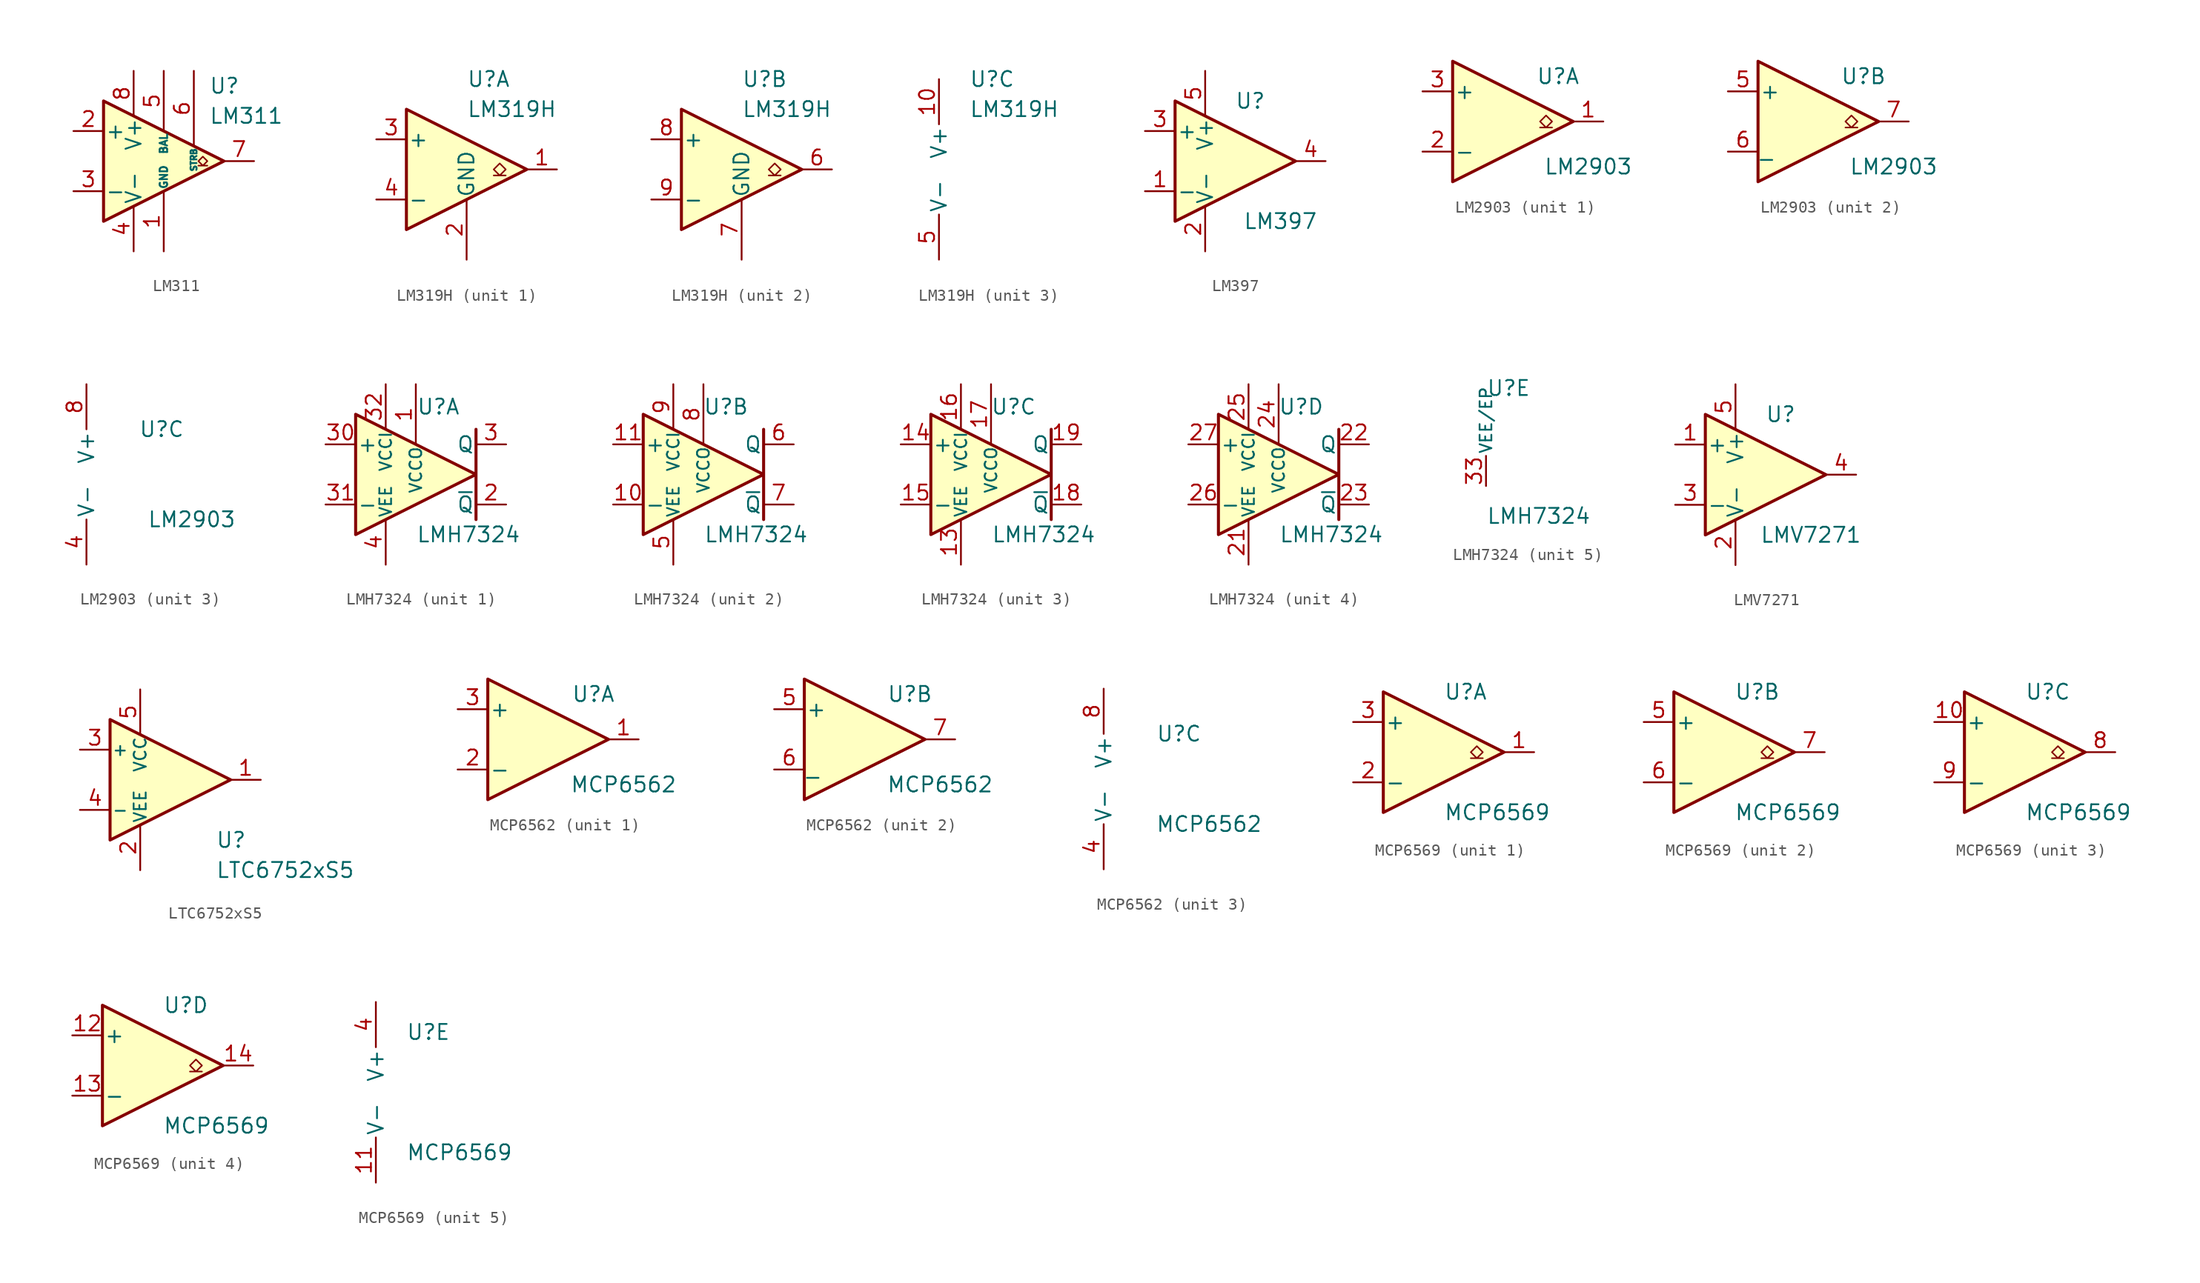
<source format=kicad_sym>
(kicad_symbol_lib
  (version 20201005)
  (generator kicad_symbol_editor)
  (symbol "LM311"
    (pin_names
      (offset 0.127))
    (property "Reference" "U"
      (at 3.81 6.35 0)
      (effects (font (size 1.27 1.27)) (justify left)))
    (property "Value" "LM311"
      (at 3.81 3.81 0)
      (effects (font (size 1.27 1.27)) (justify left)))
    (symbol "LM311_0_1"
      (polyline (pts (xy 3.683 -0.381) (xy 3.302 -0.381) (xy 3.683 0) (xy 3.302 0.381) (xy 2.921 0) (xy 3.302 -0.381) (xy 2.921 -0.381)) (stroke (width 0.127)) (fill (type none)))
      (polyline (pts (xy 5.08 0) (xy -5.08 5.08) (xy -5.08 -5.08) (xy 5.08 0)) (stroke (width 0.254)) (fill (type background))))
    (symbol "LM311_1_1"
      (pin passive line (at 0 -7.62 90) (length 5.08) (name "GND" (effects (font (size 0.635 0.635)))) (number "1" (effects (font (size 1.27 1.27)))))
      (pin input line (at -7.62 2.54 0) (length 2.54) (name "+" (effects (font (size 1.27 1.27)))) (number "2" (effects (font (size 1.27 1.27)))))
      (pin input line (at -7.62 -2.54 0) (length 2.54) (name "-" (effects (font (size 1.27 1.27)))) (number "3" (effects (font (size 1.27 1.27)))))
      (pin power_in line (at -2.54 -7.62 90) (length 3.81) (name "V-" (effects (font (size 1.27 1.27)))) (number "4" (effects (font (size 1.27 1.27)))))
      (pin input line (at 0 7.62 270) (length 5.08) (name "BAL" (effects (font (size 0.635 0.635)))) (number "5" (effects (font (size 1.27 1.27)))))
      (pin input line (at 2.54 7.62 270) (length 6.35) (name "STRB" (effects (font (size 0.508 0.508)))) (number "6" (effects (font (size 1.27 1.27)))))
      (pin open_collector line (at 7.62 0 180) (length 2.54) (name "~" (effects (font (size 1.27 1.27)))) (number "7" (effects (font (size 1.27 1.27)))))
      (pin power_in line (at -2.54 7.62 270) (length 3.81) (name "V+" (effects (font (size 1.27 1.27)))) (number "8" (effects (font (size 1.27 1.27)))))))
  (symbol "LM319H"
    (pin_names
      (offset 0.127))
    (property "Reference" "U"
      (at 0 7.62 0)
      (effects (font (size 1.27 1.27)) (justify left)))
    (property "Value" "LM319H"
      (at 0 5.08 0)
      (effects (font (size 1.27 1.27)) (justify left)))
    (property "ki_locked" ""
      (at 0 0 0)
      (effects (font (size 1.27 1.27))))
    (symbol "LM319H_1_1"
      (polyline (pts (xy 3.302 -0.508) (xy 2.794 -0.508) (xy 3.302 0) (xy 2.794 0.508) (xy 2.286 0) (xy 2.794 -0.508) (xy 2.286 -0.508)) (stroke (width 0.127)) (fill (type none)))
      (polyline (pts (xy 5.08 0) (xy -5.08 5.08) (xy -5.08 -5.08) (xy 5.08 0)) (stroke (width 0.254)) (fill (type background)))
      (pin open_collector line (at 7.62 0 180) (length 2.54) (name "~" (effects (font (size 1.27 1.27)))) (number "1" (effects (font (size 1.27 1.27)))))
      (pin passive line (at 0 -7.62 90) (length 5.08) (name "GND" (effects (font (size 1.27 1.27)))) (number "2" (effects (font (size 1.27 1.27)))))
      (pin input line (at -7.62 2.54 0) (length 2.54) (name "+" (effects (font (size 1.27 1.27)))) (number "3" (effects (font (size 1.27 1.27)))))
      (pin input line (at -7.62 -2.54 0) (length 2.54) (name "-" (effects (font (size 1.27 1.27)))) (number "4" (effects (font (size 1.27 1.27))))))
    (symbol "LM319H_2_1"
      (polyline (pts (xy 3.302 -0.508) (xy 2.794 -0.508) (xy 3.302 0) (xy 2.794 0.508) (xy 2.286 0) (xy 2.794 -0.508) (xy 2.286 -0.508)) (stroke (width 0.127)) (fill (type none)))
      (polyline (pts (xy 5.08 0) (xy -5.08 5.08) (xy -5.08 -5.08) (xy 5.08 0)) (stroke (width 0.254)) (fill (type background)))
      (pin open_collector line (at 7.62 0 180) (length 2.54) (name "~" (effects (font (size 1.27 1.27)))) (number "6" (effects (font (size 1.27 1.27)))))
      (pin passive line (at 0 -7.62 90) (length 5.08) (name "GND" (effects (font (size 1.27 1.27)))) (number "7" (effects (font (size 1.27 1.27)))))
      (pin input line (at -7.62 2.54 0) (length 2.54) (name "+" (effects (font (size 1.27 1.27)))) (number "8" (effects (font (size 1.27 1.27)))))
      (pin input line (at -7.62 -2.54 0) (length 2.54) (name "-" (effects (font (size 1.27 1.27)))) (number "9" (effects (font (size 1.27 1.27))))))
    (symbol "LM319H_3_1"
      (pin power_in line (at -2.54 7.62 270) (length 3.81) (name "V+" (effects (font (size 1.27 1.27)))) (number "10" (effects (font (size 1.27 1.27)))))
      (pin power_in line (at -2.54 -7.62 90) (length 3.81) (name "V-" (effects (font (size 1.27 1.27)))) (number "5" (effects (font (size 1.27 1.27)))))))
  (symbol "LM397"
    (pin_names
      (offset 0.127))
    (property "Reference" "U"
      (at 1.27 5.08 0)
      (effects (font (size 1.27 1.27))))
    (property "Value" "LM397"
      (at 3.81 -5.08 0)
      (effects (font (size 1.27 1.27))))
    (symbol "LM397_0_1"
      (polyline (pts (xy -5.08 5.08) (xy 5.08 0) (xy -5.08 -5.08) (xy -5.08 5.08)) (stroke (width 0.254)) (fill (type background))))
    (symbol "LM397_1_1"
      (pin input line (at -7.62 -2.54 0) (length 2.54) (name "-" (effects (font (size 1.27 1.27)))) (number "1" (effects (font (size 1.27 1.27)))))
      (pin power_in line (at -2.54 -7.62 90) (length 3.81) (name "V-" (effects (font (size 1.27 1.27)))) (number "2" (effects (font (size 1.27 1.27)))))
      (pin input line (at -7.62 2.54 0) (length 2.54) (name "+" (effects (font (size 1.27 1.27)))) (number "3" (effects (font (size 1.27 1.27)))))
      (pin open_collector line (at 7.62 0 180) (length 2.54) (name "~" (effects (font (size 1.27 1.27)))) (number "4" (effects (font (size 1.27 1.27)))))
      (pin power_in line (at -2.54 7.62 270) (length 3.81) (name "V+" (effects (font (size 1.27 1.27)))) (number "5" (effects (font (size 1.27 1.27)))))))
  (symbol "LM2903"
    (pin_names
      (offset 0.127))
    (property "Reference" "U"
      (at 3.81 3.81 0)
      (effects (font (size 1.27 1.27))))
    (property "Value" "LM2903"
      (at 6.35 -3.81 0)
      (effects (font (size 1.27 1.27))))
    (property "ki_locked" ""
      (at 0 0 0)
      (effects (font (size 1.27 1.27))))
    (symbol "LM2903_1_1"
      (polyline (pts (xy 3.302 -0.508) (xy 2.794 -0.508) (xy 3.302 0) (xy 2.794 0.508) (xy 2.286 0) (xy 2.794 -0.508) (xy 2.286 -0.508)) (stroke (width 0.127)) (fill (type none)))
      (polyline (pts (xy -5.08 5.08) (xy 5.08 0) (xy -5.08 -5.08) (xy -5.08 5.08)) (stroke (width 0.254)) (fill (type background)))
      (pin open_collector line (at 7.62 0 180) (length 2.54) (name "~" (effects (font (size 1.27 1.27)))) (number "1" (effects (font (size 1.27 1.27)))))
      (pin input line (at -7.62 -2.54 0) (length 2.54) (name "-" (effects (font (size 1.27 1.27)))) (number "2" (effects (font (size 1.27 1.27)))))
      (pin input line (at -7.62 2.54 0) (length 2.54) (name "+" (effects (font (size 1.27 1.27)))) (number "3" (effects (font (size 1.27 1.27))))))
    (symbol "LM2903_2_1"
      (polyline (pts (xy 3.302 -0.508) (xy 2.794 -0.508) (xy 3.302 0) (xy 2.794 0.508) (xy 2.286 0) (xy 2.794 -0.508) (xy 2.286 -0.508)) (stroke (width 0.127)) (fill (type none)))
      (polyline (pts (xy -5.08 5.08) (xy 5.08 0) (xy -5.08 -5.08) (xy -5.08 5.08)) (stroke (width 0.254)) (fill (type background)))
      (pin input line (at -7.62 2.54 0) (length 2.54) (name "+" (effects (font (size 1.27 1.27)))) (number "5" (effects (font (size 1.27 1.27)))))
      (pin input line (at -7.62 -2.54 0) (length 2.54) (name "_" (effects (font (size 1.27 1.27)))) (number "6" (effects (font (size 1.27 1.27)))))
      (pin open_collector line (at 7.62 0 180) (length 2.54) (name "~" (effects (font (size 1.27 1.27)))) (number "7" (effects (font (size 1.27 1.27))))))
    (symbol "LM2903_3_1"
      (pin power_in line (at -2.54 -7.62 90) (length 3.81) (name "V-" (effects (font (size 1.27 1.27)))) (number "4" (effects (font (size 1.27 1.27)))))
      (pin power_in line (at -2.54 7.62 270) (length 3.81) (name "V+" (effects (font (size 1.27 1.27)))) (number "8" (effects (font (size 1.27 1.27)))))))
  (symbol "LMH7324"
    (pin_names
      (offset 0.127))
    (property "Reference" "U"
      (at 1.905 5.715 0)
      (effects (font (size 1.27 1.27))))
    (property "Value" "LMH7324"
      (at 4.445 -5.08 0)
      (effects (font (size 1.27 1.27))))
    (property "ki_locked" ""
      (at 0 0 0)
      (effects (font (size 1.27 1.27))))
    (symbol "LMH7324_1_1"
      (polyline (pts (xy 5.08 3.81) (xy 5.08 0) (xy -5.08 5.08) (xy -5.08 -5.08) (xy 5.08 0) (xy 5.08 -3.81)) (stroke (width 0.254)) (fill (type background)))
      (pin power_in line (at 0 7.62 270) (length 5.08) (name "VCCO" (effects (font (size 0.991 0.991)))) (number "1" (effects (font (size 1.27 1.27)))))
      (pin output line (at 7.62 -2.54 180) (length 2.54) (name "~Q" (effects (font (size 1.27 1.27)))) (number "2" (effects (font (size 1.27 1.27)))))
      (pin passive line (at -2.54 -7.62 90) (length 3.81) hide (name "VEE" (effects (font (size 0.991 0.991)))) (number "29" (effects (font (size 1.27 1.27)))))
      (pin output line (at 7.62 2.54 180) (length 2.54) (name "Q" (effects (font (size 1.27 1.27)))) (number "3" (effects (font (size 1.27 1.27)))))
      (pin input line (at -7.62 2.54 0) (length 2.54) (name "+" (effects (font (size 1.27 1.27)))) (number "30" (effects (font (size 1.27 1.27)))))
      (pin input line (at -7.62 -2.54 0) (length 2.54) (name "-" (effects (font (size 1.27 1.27)))) (number "31" (effects (font (size 1.27 1.27)))))
      (pin power_in line (at -2.54 7.62 270) (length 3.81) (name "VCCI" (effects (font (size 0.991 0.991)))) (number "32" (effects (font (size 1.27 1.27)))))
      (pin power_in line (at -2.54 -7.62 90) (length 3.81) (name "VEE" (effects (font (size 0.991 0.991)))) (number "4" (effects (font (size 1.27 1.27))))))
    (symbol "LMH7324_2_1"
      (polyline (pts (xy 5.08 3.81) (xy 5.08 0) (xy -5.08 5.08) (xy -5.08 -5.08) (xy 5.08 0) (xy 5.08 -3.81)) (stroke (width 0.254)) (fill (type background)))
      (pin input line (at -7.62 -2.54 0) (length 2.54) (name "-" (effects (font (size 1.27 1.27)))) (number "10" (effects (font (size 1.27 1.27)))))
      (pin input line (at -7.62 2.54 0) (length 2.54) (name "+" (effects (font (size 1.27 1.27)))) (number "11" (effects (font (size 1.27 1.27)))))
      (pin passive line (at -2.54 -7.62 90) (length 3.81) hide (name "VEE" (effects (font (size 0.991 0.991)))) (number "12" (effects (font (size 1.27 1.27)))))
      (pin power_in line (at -2.54 -7.62 90) (length 3.81) (name "VEE" (effects (font (size 0.991 0.991)))) (number "5" (effects (font (size 1.27 1.27)))))
      (pin output line (at 7.62 2.54 180) (length 2.54) (name "Q" (effects (font (size 1.27 1.27)))) (number "6" (effects (font (size 1.27 1.27)))))
      (pin output line (at 7.62 -2.54 180) (length 2.54) (name "~Q" (effects (font (size 1.27 1.27)))) (number "7" (effects (font (size 1.27 1.27)))))
      (pin power_in line (at 0 7.62 270) (length 5.08) (name "VCCO" (effects (font (size 0.991 0.991)))) (number "8" (effects (font (size 1.27 1.27)))))
      (pin power_in line (at -2.54 7.62 270) (length 3.81) (name "VCCI" (effects (font (size 0.991 0.991)))) (number "9" (effects (font (size 1.27 1.27))))))
    (symbol "LMH7324_3_1"
      (polyline (pts (xy 5.08 3.81) (xy 5.08 0) (xy -5.08 5.08) (xy -5.08 -5.08) (xy 5.08 0) (xy 5.08 -3.81)) (stroke (width 0.254)) (fill (type background)))
      (pin power_in line (at -2.54 -7.62 90) (length 3.81) (name "VEE" (effects (font (size 0.991 0.991)))) (number "13" (effects (font (size 1.27 1.27)))))
      (pin input line (at -7.62 2.54 0) (length 2.54) (name "+" (effects (font (size 1.27 1.27)))) (number "14" (effects (font (size 1.27 1.27)))))
      (pin input line (at -7.62 -2.54 0) (length 2.54) (name "-" (effects (font (size 1.27 1.27)))) (number "15" (effects (font (size 1.27 1.27)))))
      (pin power_in line (at -2.54 7.62 270) (length 3.81) (name "VCCI" (effects (font (size 0.991 0.991)))) (number "16" (effects (font (size 1.27 1.27)))))
      (pin power_in line (at 0 7.62 270) (length 5.08) (name "VCCO" (effects (font (size 0.991 0.991)))) (number "17" (effects (font (size 1.27 1.27)))))
      (pin output line (at 7.62 -2.54 180) (length 2.54) (name "~Q" (effects (font (size 1.27 1.27)))) (number "18" (effects (font (size 1.27 1.27)))))
      (pin output line (at 7.62 2.54 180) (length 2.54) (name "Q" (effects (font (size 1.27 1.27)))) (number "19" (effects (font (size 1.27 1.27)))))
      (pin passive line (at -2.54 -7.62 90) (length 3.81) hide (name "VEE" (effects (font (size 0.991 0.991)))) (number "20" (effects (font (size 1.27 1.27))))))
    (symbol "LMH7324_4_1"
      (polyline (pts (xy 5.08 3.81) (xy 5.08 0) (xy -5.08 5.08) (xy -5.08 -5.08) (xy 5.08 0) (xy 5.08 -3.81)) (stroke (width 0.254)) (fill (type background)))
      (pin power_in line (at -2.54 -7.62 90) (length 3.81) (name "VEE" (effects (font (size 0.991 0.991)))) (number "21" (effects (font (size 1.27 1.27)))))
      (pin output line (at 7.62 2.54 180) (length 2.54) (name "Q" (effects (font (size 1.27 1.27)))) (number "22" (effects (font (size 1.27 1.27)))))
      (pin output line (at 7.62 -2.54 180) (length 2.54) (name "~Q" (effects (font (size 1.27 1.27)))) (number "23" (effects (font (size 1.27 1.27)))))
      (pin power_in line (at 0 7.62 270) (length 5.08) (name "VCCO" (effects (font (size 0.991 0.991)))) (number "24" (effects (font (size 1.27 1.27)))))
      (pin power_in line (at -2.54 7.62 270) (length 3.81) (name "VCCI" (effects (font (size 0.991 0.991)))) (number "25" (effects (font (size 1.27 1.27)))))
      (pin input line (at -7.62 -2.54 0) (length 2.54) (name "-" (effects (font (size 1.27 1.27)))) (number "26" (effects (font (size 1.27 1.27)))))
      (pin input line (at -7.62 2.54 0) (length 2.54) (name "+" (effects (font (size 1.27 1.27)))) (number "27" (effects (font (size 1.27 1.27)))))
      (pin passive line (at -2.54 -7.62 90) (length 3.81) hide (name "VEE" (effects (font (size 0.991 0.991)))) (number "28" (effects (font (size 1.27 1.27))))))
    (symbol "LMH7324_5_1"
      (pin power_in line (at 0 -2.54 90) (length 2.54) (name "VEE/EP" (effects (font (size 0.991 0.991)))) (number "33" (effects (font (size 1.27 1.27)))))))
  (symbol "LMV7271"
    (pin_names
      (offset 0.127))
    (property "Reference" "U"
      (at 1.27 5.08 0)
      (effects (font (size 1.27 1.27))))
    (property "Value" "LMV7271"
      (at 3.81 -5.08 0)
      (effects (font (size 1.27 1.27))))
    (symbol "LMV7271_0_1"
      (polyline (pts (xy -5.08 5.08) (xy 5.08 0) (xy -5.08 -5.08) (xy -5.08 5.08)) (stroke (width 0.254)) (fill (type background))))
    (symbol "LMV7271_1_1"
      (pin input line (at -7.62 2.54 0) (length 2.54) (name "+" (effects (font (size 1.27 1.27)))) (number "1" (effects (font (size 1.27 1.27)))))
      (pin power_in line (at -2.54 -7.62 90) (length 3.81) (name "V-" (effects (font (size 1.27 1.27)))) (number "2" (effects (font (size 1.27 1.27)))))
      (pin input line (at -7.62 -2.54 0) (length 2.54) (name "-" (effects (font (size 1.27 1.27)))) (number "3" (effects (font (size 1.27 1.27)))))
      (pin output line (at 7.62 0 180) (length 2.54) (name "~" (effects (font (size 1.27 1.27)))) (number "4" (effects (font (size 1.27 1.27)))))
      (pin power_in line (at -2.54 7.62 270) (length 3.81) (name "V+" (effects (font (size 1.27 1.27)))) (number "5" (effects (font (size 1.27 1.27)))))))
  (symbol "LTC6752xS5"
    (pin_names
      (offset 0.127))
    (property "Reference" "U"
      (at 3.81 -5.08 0)
      (effects (font (size 1.27 1.27)) (justify left)))
    (property "Value" "LTC6752xS5"
      (at 3.81 -7.62 0)
      (effects (font (size 1.27 1.27)) (justify left)))
    (symbol "LTC6752xS5_1_1"
      (polyline (pts (xy -5.08 5.08) (xy 5.08 0) (xy -5.08 -5.08) (xy -5.08 5.08)) (stroke (width 0.254)) (fill (type background)))
      (pin output line (at 7.62 0 180) (length 2.54) (name "~" (effects (font (size 1.27 1.27)))) (number "1" (effects (font (size 1.27 1.27)))))
      (pin power_in line (at -2.54 -7.62 90) (length 3.81) (name "VEE" (effects (font (size 1.016 1.016)))) (number "2" (effects (font (size 1.27 1.27)))))
      (pin input line (at -7.62 2.54 0) (length 2.54) (name "+" (effects (font (size 1.016 1.016)))) (number "3" (effects (font (size 1.27 1.27)))))
      (pin input line (at -7.62 -2.54 0) (length 2.54) (name "-" (effects (font (size 1.016 1.016)))) (number "4" (effects (font (size 1.27 1.27)))))
      (pin power_in line (at -2.54 7.62 270) (length 3.81) (name "VCC" (effects (font (size 1.016 1.016)))) (number "5" (effects (font (size 1.27 1.27)))))))
  (symbol "MCP6562"
    (pin_names
      (offset 0.127))
    (property "Reference" "U"
      (at 3.81 3.81 0)
      (effects (font (size 1.27 1.27))))
    (property "Value" "MCP6562"
      (at 6.35 -3.81 0)
      (effects (font (size 1.27 1.27))))
    (property "ki_locked" ""
      (at 0 0 0)
      (effects (font (size 1.27 1.27))))
    (symbol "MCP6562_1_1"
      (polyline (pts (xy -5.08 5.08) (xy 5.08 0) (xy -5.08 -5.08) (xy -5.08 5.08)) (stroke (width 0.254)) (fill (type background)))
      (pin output line (at 7.62 0 180) (length 2.54) (name "~" (effects (font (size 1.27 1.27)))) (number "1" (effects (font (size 1.27 1.27)))))
      (pin input line (at -7.62 -2.54 0) (length 2.54) (name "-" (effects (font (size 1.27 1.27)))) (number "2" (effects (font (size 1.27 1.27)))))
      (pin input line (at -7.62 2.54 0) (length 2.54) (name "+" (effects (font (size 1.27 1.27)))) (number "3" (effects (font (size 1.27 1.27))))))
    (symbol "MCP6562_2_1"
      (polyline (pts (xy -5.08 5.08) (xy 5.08 0) (xy -5.08 -5.08) (xy -5.08 5.08)) (stroke (width 0.254)) (fill (type background)))
      (pin input line (at -7.62 2.54 0) (length 2.54) (name "+" (effects (font (size 1.27 1.27)))) (number "5" (effects (font (size 1.27 1.27)))))
      (pin input line (at -7.62 -2.54 0) (length 2.54) (name "_" (effects (font (size 1.27 1.27)))) (number "6" (effects (font (size 1.27 1.27)))))
      (pin open_collector line (at 7.62 0 180) (length 2.54) (name "~" (effects (font (size 1.27 1.27)))) (number "7" (effects (font (size 1.27 1.27))))))
    (symbol "MCP6562_3_1"
      (pin power_in line (at -2.54 -7.62 90) (length 3.81) (name "V-" (effects (font (size 1.27 1.27)))) (number "4" (effects (font (size 1.27 1.27)))))
      (pin power_in line (at -2.54 7.62 270) (length 3.81) (name "V+" (effects (font (size 1.27 1.27)))) (number "8" (effects (font (size 1.27 1.27)))))))
  (symbol "MCP6569"
    (pin_names
      (offset 0.127))
    (property "Reference" "U"
      (at 0 5.08 0)
      (effects (font (size 1.27 1.27)) (justify left)))
    (property "Value" "MCP6569"
      (at 0 -5.08 0)
      (effects (font (size 1.27 1.27)) (justify left)))
    (property "ki_locked" ""
      (at 0 0 0)
      (effects (font (size 1.27 1.27))))
    (symbol "MCP6569_1_1"
      (polyline (pts (xy 3.302 -0.508) (xy 2.794 -0.508) (xy 3.302 0) (xy 2.794 0.508) (xy 2.286 0) (xy 2.794 -0.508) (xy 2.286 -0.508)) (stroke (width 0.127)) (fill (type none)))
      (polyline (pts (xy -5.08 5.08) (xy 5.08 0) (xy -5.08 -5.08) (xy -5.08 5.08)) (stroke (width 0.254)) (fill (type background)))
      (pin open_collector line (at 7.62 0 180) (length 2.54) (name "~" (effects (font (size 1.27 1.27)))) (number "1" (effects (font (size 1.27 1.27)))))
      (pin input line (at -7.62 -2.54 0) (length 2.54) (name "-" (effects (font (size 1.27 1.27)))) (number "2" (effects (font (size 1.27 1.27)))))
      (pin input line (at -7.62 2.54 0) (length 2.54) (name "+" (effects (font (size 1.27 1.27)))) (number "3" (effects (font (size 1.27 1.27))))))
    (symbol "MCP6569_2_1"
      (polyline (pts (xy 3.302 -0.508) (xy 2.794 -0.508) (xy 3.302 0) (xy 2.794 0.508) (xy 2.286 0) (xy 2.794 -0.508) (xy 2.286 -0.508)) (stroke (width 0.127)) (fill (type none)))
      (polyline (pts (xy -5.08 5.08) (xy 5.08 0) (xy -5.08 -5.08) (xy -5.08 5.08)) (stroke (width 0.254)) (fill (type background)))
      (pin input line (at -7.62 2.54 0) (length 2.54) (name "+" (effects (font (size 1.27 1.27)))) (number "5" (effects (font (size 1.27 1.27)))))
      (pin input line (at -7.62 -2.54 0) (length 2.54) (name "-" (effects (font (size 1.27 1.27)))) (number "6" (effects (font (size 1.27 1.27)))))
      (pin open_collector line (at 7.62 0 180) (length 2.54) (name "~" (effects (font (size 1.27 1.27)))) (number "7" (effects (font (size 1.27 1.27))))))
    (symbol "MCP6569_3_1"
      (polyline (pts (xy 3.302 -0.508) (xy 2.794 -0.508) (xy 3.302 0) (xy 2.794 0.508) (xy 2.286 0) (xy 2.794 -0.508) (xy 2.286 -0.508)) (stroke (width 0.127)) (fill (type none)))
      (polyline (pts (xy -5.08 5.08) (xy 5.08 0) (xy -5.08 -5.08) (xy -5.08 5.08)) (stroke (width 0.254)) (fill (type background)))
      (pin input line (at -7.62 2.54 0) (length 2.54) (name "+" (effects (font (size 1.27 1.27)))) (number "10" (effects (font (size 1.27 1.27)))))
      (pin open_collector line (at 7.62 0 180) (length 2.54) (name "~" (effects (font (size 1.27 1.27)))) (number "8" (effects (font (size 1.27 1.27)))))
      (pin input line (at -7.62 -2.54 0) (length 2.54) (name "-" (effects (font (size 1.27 1.27)))) (number "9" (effects (font (size 1.27 1.27))))))
    (symbol "MCP6569_4_1"
      (polyline (pts (xy 3.302 -0.508) (xy 2.794 -0.508) (xy 3.302 0) (xy 2.794 0.508) (xy 2.286 0) (xy 2.794 -0.508) (xy 2.286 -0.508)) (stroke (width 0.127)) (fill (type none)))
      (polyline (pts (xy -5.08 5.08) (xy 5.08 0) (xy -5.08 -5.08) (xy -5.08 5.08)) (stroke (width 0.254)) (fill (type background)))
      (pin input line (at -7.62 2.54 0) (length 2.54) (name "+" (effects (font (size 1.27 1.27)))) (number "12" (effects (font (size 1.27 1.27)))))
      (pin input line (at -7.62 -2.54 0) (length 2.54) (name "-" (effects (font (size 1.27 1.27)))) (number "13" (effects (font (size 1.27 1.27)))))
      (pin open_collector line (at 7.62 0 180) (length 2.54) (name "~" (effects (font (size 1.27 1.27)))) (number "14" (effects (font (size 1.27 1.27))))))
    (symbol "MCP6569_5_1"
      (pin power_in line (at -2.54 -7.62 90) (length 3.81) (name "V-" (effects (font (size 1.27 1.27)))) (number "11" (effects (font (size 1.27 1.27)))))
      (pin power_in line (at -2.54 7.62 270) (length 3.81) (name "V+" (effects (font (size 1.27 1.27)))) (number "4" (effects (font (size 1.27 1.27))))))))
</source>
